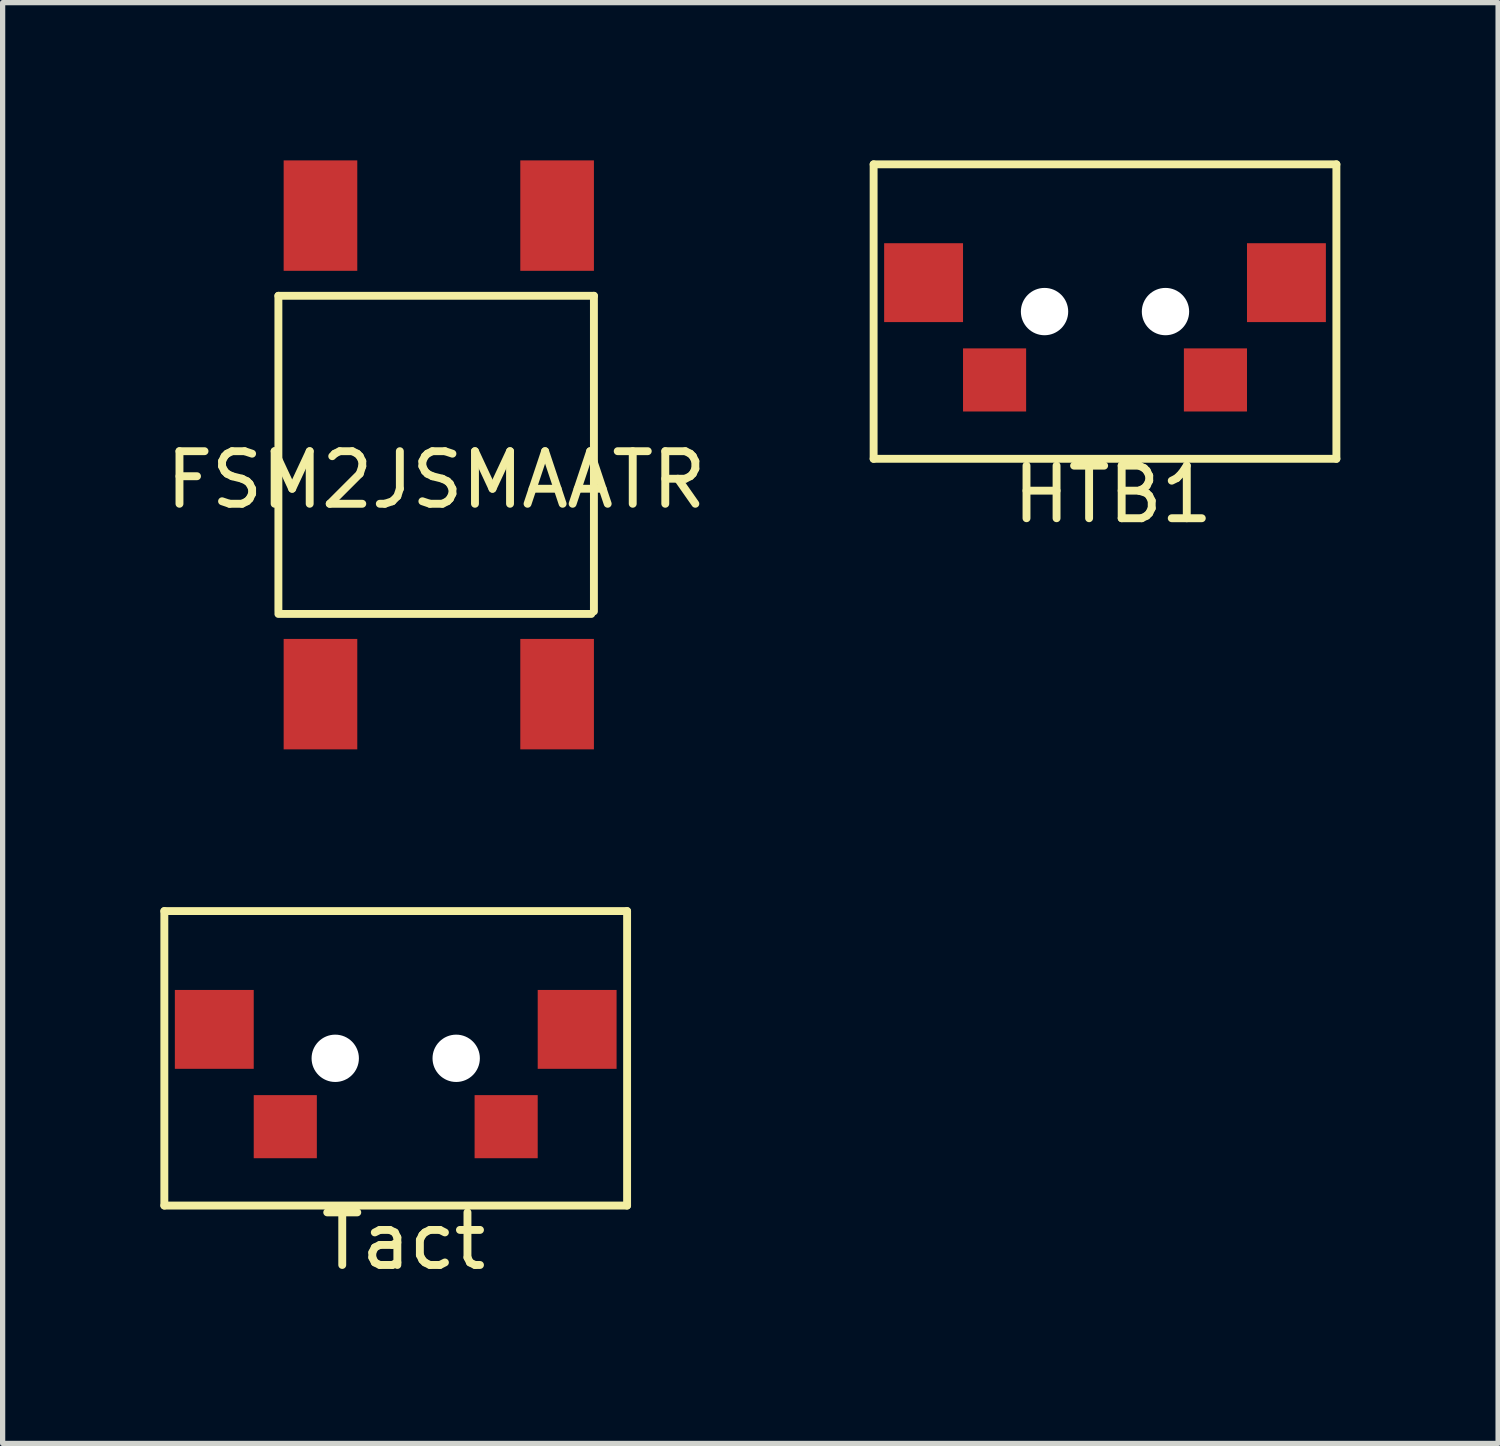
<source format=kicad_pcb>
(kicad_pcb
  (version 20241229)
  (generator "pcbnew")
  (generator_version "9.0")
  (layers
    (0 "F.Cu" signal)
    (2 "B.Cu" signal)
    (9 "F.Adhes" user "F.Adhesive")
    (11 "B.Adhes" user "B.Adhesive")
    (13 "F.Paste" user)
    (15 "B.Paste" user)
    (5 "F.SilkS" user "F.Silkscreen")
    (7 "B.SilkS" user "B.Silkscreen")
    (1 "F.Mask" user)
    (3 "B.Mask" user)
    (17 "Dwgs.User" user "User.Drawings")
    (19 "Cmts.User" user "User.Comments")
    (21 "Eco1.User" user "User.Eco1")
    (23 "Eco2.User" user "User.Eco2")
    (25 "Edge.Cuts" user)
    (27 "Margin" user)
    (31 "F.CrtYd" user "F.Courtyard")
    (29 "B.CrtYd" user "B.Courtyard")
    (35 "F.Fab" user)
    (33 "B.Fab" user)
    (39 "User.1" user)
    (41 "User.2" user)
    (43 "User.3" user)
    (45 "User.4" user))
  (footprint "Tact"
    (layer "F.Cu")
    (at 4.475 17.075)
    (property "Reference" "Tact" (at 0.15 3.475 0) (layer "F.SilkS") (effects (font (size 1 1) (thickness 0.15))))
    (attr through_hole)
    (fp_line (start -4.4 -2.8) (end 4.4 -2.8) (stroke (width 0.15) (type solid)) (layer "F.SilkS"))
    (fp_line (start -4.4 2.8) (end -4.4 -2.8) (stroke (width 0.15) (type solid)) (layer "F.SilkS"))
    (fp_line (start 4.4 -2.8) (end 4.4 2.8) (stroke (width 0.15) (type solid)) (layer "F.SilkS"))
    (fp_line (start 4.4 2.8) (end -4.4 2.8) (stroke (width 0.15) (type solid)) (layer "F.SilkS"))
    (pad "" np_thru_hole circle (at -1.15 0) (size 0.9 0.9) (drill 0.9) (layers "*.Cu" "*.Mask"))
    (pad "" np_thru_hole circle (at 1.15 0) (size 0.9 0.9) (drill 0.9) (layers "*.Cu" "*.Mask"))
    (pad "1" smd rect (at -3.45 -0.55) (size 1.5 1.5) (layers "F.Cu" "F.Mask" "F.Paste"))
    (pad "1" smd rect (at -2.1 1.3) (size 1.2 1.2) (layers "F.Cu" "F.Mask" "F.Paste"))
    (pad "2" smd rect (at 2.1 1.3) (size 1.2 1.2) (layers "F.Cu" "F.Mask" "F.Paste"))
    (pad "2" smd rect (at 3.45 -0.55) (size 1.5 1.5) (layers "F.Cu" "F.Mask" "F.Paste")))
  (footprint "HTB1"
    (layer "F.Cu")
    (at 17.963 2.875)
    (property "Reference" "HTB1" (at 0.15 3.475 0) (layer "F.SilkS") (effects (font (size 1 1) (thickness 0.15))))
    (attr through_hole)
    (fp_line (start -4.4 -2.8) (end 4.4 -2.8) (stroke (width 0.15) (type solid)) (layer "F.SilkS"))
    (fp_line (start -4.4 2.8) (end -4.4 -2.8) (stroke (width 0.15) (type solid)) (layer "F.SilkS"))
    (fp_line (start 4.4 -2.8) (end 4.4 2.8) (stroke (width 0.15) (type solid)) (layer "F.SilkS"))
    (fp_line (start 4.4 2.8) (end -4.4 2.8) (stroke (width 0.15) (type solid)) (layer "F.SilkS"))
    (pad "" np_thru_hole circle (at -1.15 0) (size 0.9 0.9) (drill 0.9) (layers "*.Cu" "*.Mask"))
    (pad "" np_thru_hole circle (at 1.15 0) (size 0.9 0.9) (drill 0.9) (layers "*.Cu" "*.Mask"))
    (pad "1" smd rect (at -3.45 -0.55) (size 1.5 1.5) (layers "F.Cu" "F.Mask" "F.Paste"))
    (pad "1" smd rect (at -2.1 1.3) (size 1.2 1.2) (layers "F.Cu" "F.Mask" "F.Paste"))
    (pad "2" smd rect (at 2.1 1.3) (size 1.2 1.2) (layers "F.Cu" "F.Mask" "F.Paste"))
    (pad "2" smd rect (at 3.45 -0.55) (size 1.5 1.5) (layers "F.Cu" "F.Mask" "F.Paste")))
  (footprint "FSM2JSMAATR"
    (layer "F.Cu")
    (at 5.244 5.575)
    (property "Reference" "FSM2JSMAATR" (at 0 0.5 0) (layer "F.SilkS") (effects (font (size 1 1) (thickness 0.15))))
    (attr through_hole)
    (fp_line (start -3 -3) (end -3 3) (stroke (width 0.15) (type solid)) (layer "F.SilkS"))
    (fp_line (start -3 -3) (end 3 -3) (stroke (width 0.15) (type solid)) (layer "F.SilkS"))
    (fp_line (start -3 3.05) (end 2.95 3.05) (stroke (width 0.15) (type solid)) (layer "F.SilkS"))
    (fp_line (start 3 -3) (end 3 3) (stroke (width 0.15) (type solid)) (layer "F.SilkS"))
    (pad "1" smd rect (at 2.3 -4.525) (size 1.4 2.1) (layers "F.Cu" "F.Mask" "F.Paste"))
    (pad "2" smd rect (at 2.3 4.575) (size 1.4 2.1) (layers "F.Cu" "F.Mask" "F.Paste"))
    (pad "3" smd rect (at -2.2 -4.525) (size 1.4 2.1) (layers "F.Cu" "F.Mask" "F.Paste"))
    (pad "4" smd rect (at -2.2 4.575) (size 1.4 2.1) (layers "F.Cu" "F.Mask" "F.Paste")))
  (gr_rect
    (start -3 -3)
    (end 25.438 24.398)
    (stroke (width 0.1) (type default))
    (fill no)
    (layer "Edge.Cuts")))
</source>
